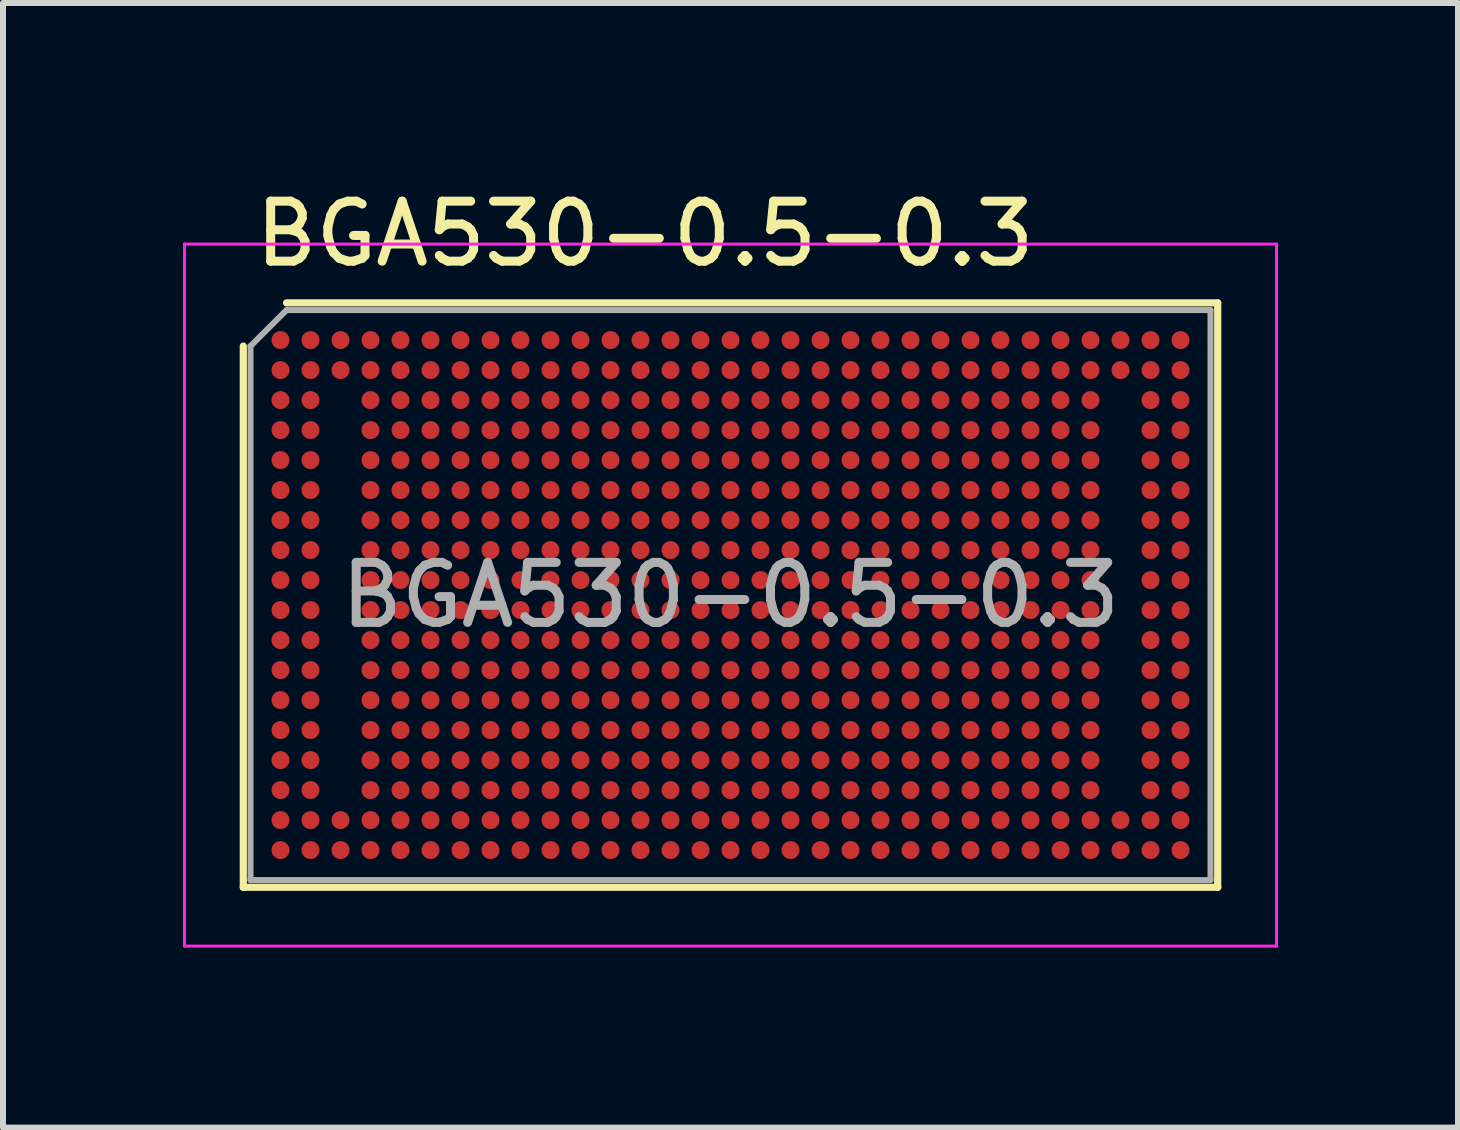
<source format=kicad_pcb>
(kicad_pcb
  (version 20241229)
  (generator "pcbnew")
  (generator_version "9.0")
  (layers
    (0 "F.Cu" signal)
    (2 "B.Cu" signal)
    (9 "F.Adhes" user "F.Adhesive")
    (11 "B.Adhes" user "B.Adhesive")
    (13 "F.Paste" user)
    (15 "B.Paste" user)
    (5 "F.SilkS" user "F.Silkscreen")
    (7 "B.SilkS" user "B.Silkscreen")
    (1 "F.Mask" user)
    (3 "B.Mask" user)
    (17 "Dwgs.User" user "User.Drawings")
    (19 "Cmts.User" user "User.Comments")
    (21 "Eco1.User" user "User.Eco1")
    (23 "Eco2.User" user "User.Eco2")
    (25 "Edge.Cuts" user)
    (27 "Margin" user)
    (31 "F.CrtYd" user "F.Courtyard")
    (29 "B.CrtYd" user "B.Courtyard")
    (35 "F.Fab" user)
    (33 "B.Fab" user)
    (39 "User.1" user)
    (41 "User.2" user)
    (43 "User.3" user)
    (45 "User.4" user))
  (footprint "BGA530-0.5-0.3"
    (layer "F.Cu")
    (at 9.125 6.868)
    (property "Reference" "BGA530-0.5-0.3" (at -8 -6.02 0) (layer "F.SilkS") (effects (font (size 1 1) (thickness 0.15)) (justify left)))
    (attr smd)
    (fp_line (start -8.12 -4.15) (end -8.12 4.87) (stroke (width 0.12) (type solid)) (layer "F.SilkS"))
    (fp_line (start -7.4 -4.87) (end 8.12 -4.87) (stroke (width 0.12) (type solid)) (layer "F.SilkS"))
    (fp_line (start 8.12 4.87) (end -8.12 4.87) (stroke (width 0.12) (type solid)) (layer "F.SilkS"))
    (fp_line (start 8.12 4.87) (end 8.12 -4.87) (stroke (width 0.12) (type solid)) (layer "F.SilkS"))
    (fp_line (start -9.1 -5.85) (end -9.1 5.85) (stroke (width 0.05) (type solid)) (layer "F.CrtYd"))
    (fp_line (start -9.1 -5.85) (end 9.1 -5.85) (stroke (width 0.05) (type solid)) (layer "F.CrtYd"))
    (fp_line (start 9.1 5.85) (end -9.1 5.85) (stroke (width 0.05) (type solid)) (layer "F.CrtYd"))
    (fp_line (start 9.1 5.85) (end 9.1 -5.85) (stroke (width 0.05) (type solid)) (layer "F.CrtYd"))
    (fp_line (start -8 -4.15) (end -8 4.75) (stroke (width 0.1) (type solid)) (layer "F.Fab"))
    (fp_line (start -7.4 -4.75) (end -8 -4.15) (stroke (width 0.1) (type solid)) (layer "F.Fab"))
    (fp_line (start -7.4 -4.75) (end 8 -4.75) (stroke (width 0.1) (type solid)) (layer "F.Fab"))
    (fp_line (start 8 4.75) (end -8 4.75) (stroke (width 0.1) (type solid)) (layer "F.Fab"))
    (fp_line (start 8 4.75) (end 8 -4.75) (stroke (width 0.1) (type solid)) (layer "F.Fab"))
    (fp_text user "${REFERENCE}" (at 0 0 0) (layer "F.Fab") (effects (font (size 1 1) (thickness 0.15))))
    (pad "A1" smd circle (at -7.5 -4.25) (size 0.3 0.3) (layers "F.Cu" "F.Mask" "F.Paste"))
    (pad "A2" smd circle (at -7 -4.25) (size 0.3 0.3) (layers "F.Cu" "F.Mask" "F.Paste"))
    (pad "A3" smd circle (at -6.5 -4.25) (size 0.3 0.3) (layers "F.Cu" "F.Mask" "F.Paste"))
    (pad "A4" smd circle (at -6 -4.25) (size 0.3 0.3) (layers "F.Cu" "F.Mask" "F.Paste"))
    (pad "A5" smd circle (at -5.5 -4.25) (size 0.3 0.3) (layers "F.Cu" "F.Mask" "F.Paste"))
    (pad "A6" smd circle (at -5 -4.25) (size 0.3 0.3) (layers "F.Cu" "F.Mask" "F.Paste"))
    (pad "A7" smd circle (at -4.5 -4.25) (size 0.3 0.3) (layers "F.Cu" "F.Mask" "F.Paste"))
    (pad "A8" smd circle (at -4 -4.25) (size 0.3 0.3) (layers "F.Cu" "F.Mask" "F.Paste"))
    (pad "A9" smd circle (at -3.5 -4.25) (size 0.3 0.3) (layers "F.Cu" "F.Mask" "F.Paste"))
    (pad "A10" smd circle (at -3 -4.25) (size 0.3 0.3) (layers "F.Cu" "F.Mask" "F.Paste"))
    (pad "A11" smd circle (at -2.5 -4.25) (size 0.3 0.3) (layers "F.Cu" "F.Mask" "F.Paste"))
    (pad "A12" smd circle (at -2 -4.25) (size 0.3 0.3) (layers "F.Cu" "F.Mask" "F.Paste"))
    (pad "A13" smd circle (at -1.5 -4.25) (size 0.3 0.3) (layers "F.Cu" "F.Mask" "F.Paste"))
    (pad "A14" smd circle (at -1 -4.25) (size 0.3 0.3) (layers "F.Cu" "F.Mask" "F.Paste"))
    (pad "A15" smd circle (at -0.5 -4.25) (size 0.3 0.3) (layers "F.Cu" "F.Mask" "F.Paste"))
    (pad "A16" smd circle (at 0 -4.25) (size 0.3 0.3) (layers "F.Cu" "F.Mask" "F.Paste"))
    (pad "A17" smd circle (at 0.5 -4.25) (size 0.3 0.3) (layers "F.Cu" "F.Mask" "F.Paste"))
    (pad "A18" smd circle (at 1 -4.25) (size 0.3 0.3) (layers "F.Cu" "F.Mask" "F.Paste"))
    (pad "A19" smd circle (at 1.5 -4.25) (size 0.3 0.3) (layers "F.Cu" "F.Mask" "F.Paste"))
    (pad "A20" smd circle (at 2 -4.25) (size 0.3 0.3) (layers "F.Cu" "F.Mask" "F.Paste"))
    (pad "A21" smd circle (at 2.5 -4.25) (size 0.3 0.3) (layers "F.Cu" "F.Mask" "F.Paste"))
    (pad "A22" smd circle (at 3 -4.25) (size 0.3 0.3) (layers "F.Cu" "F.Mask" "F.Paste"))
    (pad "A23" smd circle (at 3.5 -4.25) (size 0.3 0.3) (layers "F.Cu" "F.Mask" "F.Paste"))
    (pad "A24" smd circle (at 4 -4.25) (size 0.3 0.3) (layers "F.Cu" "F.Mask" "F.Paste"))
    (pad "A25" smd circle (at 4.5 -4.25) (size 0.3 0.3) (layers "F.Cu" "F.Mask" "F.Paste"))
    (pad "A26" smd circle (at 5 -4.25) (size 0.3 0.3) (layers "F.Cu" "F.Mask" "F.Paste"))
    (pad "A27" smd circle (at 5.5 -4.25) (size 0.3 0.3) (layers "F.Cu" "F.Mask" "F.Paste"))
    (pad "A28" smd circle (at 6 -4.25) (size 0.3 0.3) (layers "F.Cu" "F.Mask" "F.Paste"))
    (pad "A29" smd circle (at 6.5 -4.25) (size 0.3 0.3) (layers "F.Cu" "F.Mask" "F.Paste"))
    (pad "A30" smd circle (at 7 -4.25) (size 0.3 0.3) (layers "F.Cu" "F.Mask" "F.Paste"))
    (pad "A31" smd circle (at 7.5 -4.25) (size 0.3 0.3) (layers "F.Cu" "F.Mask" "F.Paste"))
    (pad "B1" smd circle (at -7.5 -3.75) (size 0.3 0.3) (layers "F.Cu" "F.Mask" "F.Paste"))
    (pad "B2" smd circle (at -7 -3.75) (size 0.3 0.3) (layers "F.Cu" "F.Mask" "F.Paste"))
    (pad "B3" smd circle (at -6.5 -3.75) (size 0.3 0.3) (layers "F.Cu" "F.Mask" "F.Paste"))
    (pad "B4" smd circle (at -6 -3.75) (size 0.3 0.3) (layers "F.Cu" "F.Mask" "F.Paste"))
    (pad "B5" smd circle (at -5.5 -3.75) (size 0.3 0.3) (layers "F.Cu" "F.Mask" "F.Paste"))
    (pad "B6" smd circle (at -5 -3.75) (size 0.3 0.3) (layers "F.Cu" "F.Mask" "F.Paste"))
    (pad "B7" smd circle (at -4.5 -3.75) (size 0.3 0.3) (layers "F.Cu" "F.Mask" "F.Paste"))
    (pad "B8" smd circle (at -4 -3.75) (size 0.3 0.3) (layers "F.Cu" "F.Mask" "F.Paste"))
    (pad "B9" smd circle (at -3.5 -3.75) (size 0.3 0.3) (layers "F.Cu" "F.Mask" "F.Paste"))
    (pad "B10" smd circle (at -3 -3.75) (size 0.3 0.3) (layers "F.Cu" "F.Mask" "F.Paste"))
    (pad "B11" smd circle (at -2.5 -3.75) (size 0.3 0.3) (layers "F.Cu" "F.Mask" "F.Paste"))
    (pad "B12" smd circle (at -2 -3.75) (size 0.3 0.3) (layers "F.Cu" "F.Mask" "F.Paste"))
    (pad "B13" smd circle (at -1.5 -3.75) (size 0.3 0.3) (layers "F.Cu" "F.Mask" "F.Paste"))
    (pad "B14" smd circle (at -1 -3.75) (size 0.3 0.3) (layers "F.Cu" "F.Mask" "F.Paste"))
    (pad "B15" smd circle (at -0.5 -3.75) (size 0.3 0.3) (layers "F.Cu" "F.Mask" "F.Paste"))
    (pad "B16" smd circle (at 0 -3.75) (size 0.3 0.3) (layers "F.Cu" "F.Mask" "F.Paste"))
    (pad "B17" smd circle (at 0.5 -3.75) (size 0.3 0.3) (layers "F.Cu" "F.Mask" "F.Paste"))
    (pad "B18" smd circle (at 1 -3.75) (size 0.3 0.3) (layers "F.Cu" "F.Mask" "F.Paste"))
    (pad "B19" smd circle (at 1.5 -3.75) (size 0.3 0.3) (layers "F.Cu" "F.Mask" "F.Paste"))
    (pad "B20" smd circle (at 2 -3.75) (size 0.3 0.3) (layers "F.Cu" "F.Mask" "F.Paste"))
    (pad "B21" smd circle (at 2.5 -3.75) (size 0.3 0.3) (layers "F.Cu" "F.Mask" "F.Paste"))
    (pad "B22" smd circle (at 3 -3.75) (size 0.3 0.3) (layers "F.Cu" "F.Mask" "F.Paste"))
    (pad "B23" smd circle (at 3.5 -3.75) (size 0.3 0.3) (layers "F.Cu" "F.Mask" "F.Paste"))
    (pad "B24" smd circle (at 4 -3.75) (size 0.3 0.3) (layers "F.Cu" "F.Mask" "F.Paste"))
    (pad "B25" smd circle (at 4.5 -3.75) (size 0.3 0.3) (layers "F.Cu" "F.Mask" "F.Paste"))
    (pad "B26" smd circle (at 5 -3.75) (size 0.3 0.3) (layers "F.Cu" "F.Mask" "F.Paste"))
    (pad "B27" smd circle (at 5.5 -3.75) (size 0.3 0.3) (layers "F.Cu" "F.Mask" "F.Paste"))
    (pad "B28" smd circle (at 6 -3.75) (size 0.3 0.3) (layers "F.Cu" "F.Mask" "F.Paste"))
    (pad "B29" smd circle (at 6.5 -3.75) (size 0.3 0.3) (layers "F.Cu" "F.Mask" "F.Paste"))
    (pad "B30" smd circle (at 7 -3.75) (size 0.3 0.3) (layers "F.Cu" "F.Mask" "F.Paste"))
    (pad "B31" smd circle (at 7.5 -3.75) (size 0.3 0.3) (layers "F.Cu" "F.Mask" "F.Paste"))
    (pad "C1" smd circle (at -7.5 -3.25) (size 0.3 0.3) (layers "F.Cu" "F.Mask" "F.Paste"))
    (pad "C2" smd circle (at -7 -3.25) (size 0.3 0.3) (layers "F.Cu" "F.Mask" "F.Paste"))
    (pad "C4" smd circle (at -6 -3.25) (size 0.3 0.3) (layers "F.Cu" "F.Mask" "F.Paste"))
    (pad "C5" smd circle (at -5.5 -3.25) (size 0.3 0.3) (layers "F.Cu" "F.Mask" "F.Paste"))
    (pad "C6" smd circle (at -5 -3.25) (size 0.3 0.3) (layers "F.Cu" "F.Mask" "F.Paste"))
    (pad "C7" smd circle (at -4.5 -3.25) (size 0.3 0.3) (layers "F.Cu" "F.Mask" "F.Paste"))
    (pad "C8" smd circle (at -4 -3.25) (size 0.3 0.3) (layers "F.Cu" "F.Mask" "F.Paste"))
    (pad "C9" smd circle (at -3.5 -3.25) (size 0.3 0.3) (layers "F.Cu" "F.Mask" "F.Paste"))
    (pad "C10" smd circle (at -3 -3.25) (size 0.3 0.3) (layers "F.Cu" "F.Mask" "F.Paste"))
    (pad "C11" smd circle (at -2.5 -3.25) (size 0.3 0.3) (layers "F.Cu" "F.Mask" "F.Paste"))
    (pad "C12" smd circle (at -2 -3.25) (size 0.3 0.3) (layers "F.Cu" "F.Mask" "F.Paste"))
    (pad "C13" smd circle (at -1.5 -3.25) (size 0.3 0.3) (layers "F.Cu" "F.Mask" "F.Paste"))
    (pad "C14" smd circle (at -1 -3.25) (size 0.3 0.3) (layers "F.Cu" "F.Mask" "F.Paste"))
    (pad "C15" smd circle (at -0.5 -3.25) (size 0.3 0.3) (layers "F.Cu" "F.Mask" "F.Paste"))
    (pad "C16" smd circle (at 0 -3.25) (size 0.3 0.3) (layers "F.Cu" "F.Mask" "F.Paste"))
    (pad "C17" smd circle (at 0.5 -3.25) (size 0.3 0.3) (layers "F.Cu" "F.Mask" "F.Paste"))
    (pad "C18" smd circle (at 1 -3.25) (size 0.3 0.3) (layers "F.Cu" "F.Mask" "F.Paste"))
    (pad "C19" smd circle (at 1.5 -3.25) (size 0.3 0.3) (layers "F.Cu" "F.Mask" "F.Paste"))
    (pad "C20" smd circle (at 2 -3.25) (size 0.3 0.3) (layers "F.Cu" "F.Mask" "F.Paste"))
    (pad "C21" smd circle (at 2.5 -3.25) (size 0.3 0.3) (layers "F.Cu" "F.Mask" "F.Paste"))
    (pad "C22" smd circle (at 3 -3.25) (size 0.3 0.3) (layers "F.Cu" "F.Mask" "F.Paste"))
    (pad "C23" smd circle (at 3.5 -3.25) (size 0.3 0.3) (layers "F.Cu" "F.Mask" "F.Paste"))
    (pad "C24" smd circle (at 4 -3.25) (size 0.3 0.3) (layers "F.Cu" "F.Mask" "F.Paste"))
    (pad "C25" smd circle (at 4.5 -3.25) (size 0.3 0.3) (layers "F.Cu" "F.Mask" "F.Paste"))
    (pad "C26" smd circle (at 5 -3.25) (size 0.3 0.3) (layers "F.Cu" "F.Mask" "F.Paste"))
    (pad "C27" smd circle (at 5.5 -3.25) (size 0.3 0.3) (layers "F.Cu" "F.Mask" "F.Paste"))
    (pad "C28" smd circle (at 6 -3.25) (size 0.3 0.3) (layers "F.Cu" "F.Mask" "F.Paste"))
    (pad "C30" smd circle (at 7 -3.25) (size 0.3 0.3) (layers "F.Cu" "F.Mask" "F.Paste"))
    (pad "C31" smd circle (at 7.5 -3.25) (size 0.3 0.3) (layers "F.Cu" "F.Mask" "F.Paste"))
    (pad "D1" smd circle (at -7.5 -2.75) (size 0.3 0.3) (layers "F.Cu" "F.Mask" "F.Paste"))
    (pad "D2" smd circle (at -7 -2.75) (size 0.3 0.3) (layers "F.Cu" "F.Mask" "F.Paste"))
    (pad "D4" smd circle (at -6 -2.75) (size 0.3 0.3) (layers "F.Cu" "F.Mask" "F.Paste"))
    (pad "D5" smd circle (at -5.5 -2.75) (size 0.3 0.3) (layers "F.Cu" "F.Mask" "F.Paste"))
    (pad "D6" smd circle (at -5 -2.75) (size 0.3 0.3) (layers "F.Cu" "F.Mask" "F.Paste"))
    (pad "D7" smd circle (at -4.5 -2.75) (size 0.3 0.3) (layers "F.Cu" "F.Mask" "F.Paste"))
    (pad "D8" smd circle (at -4 -2.75) (size 0.3 0.3) (layers "F.Cu" "F.Mask" "F.Paste"))
    (pad "D9" smd circle (at -3.5 -2.75) (size 0.3 0.3) (layers "F.Cu" "F.Mask" "F.Paste"))
    (pad "D10" smd circle (at -3 -2.75) (size 0.3 0.3) (layers "F.Cu" "F.Mask" "F.Paste"))
    (pad "D11" smd circle (at -2.5 -2.75) (size 0.3 0.3) (layers "F.Cu" "F.Mask" "F.Paste"))
    (pad "D12" smd circle (at -2 -2.75) (size 0.3 0.3) (layers "F.Cu" "F.Mask" "F.Paste"))
    (pad "D13" smd circle (at -1.5 -2.75) (size 0.3 0.3) (layers "F.Cu" "F.Mask" "F.Paste"))
    (pad "D14" smd circle (at -1 -2.75) (size 0.3 0.3) (layers "F.Cu" "F.Mask" "F.Paste"))
    (pad "D15" smd circle (at -0.5 -2.75) (size 0.3 0.3) (layers "F.Cu" "F.Mask" "F.Paste"))
    (pad "D16" smd circle (at 0 -2.75) (size 0.3 0.3) (layers "F.Cu" "F.Mask" "F.Paste"))
    (pad "D17" smd circle (at 0.5 -2.75) (size 0.3 0.3) (layers "F.Cu" "F.Mask" "F.Paste"))
    (pad "D18" smd circle (at 1 -2.75) (size 0.3 0.3) (layers "F.Cu" "F.Mask" "F.Paste"))
    (pad "D19" smd circle (at 1.5 -2.75) (size 0.3 0.3) (layers "F.Cu" "F.Mask" "F.Paste"))
    (pad "D20" smd circle (at 2 -2.75) (size 0.3 0.3) (layers "F.Cu" "F.Mask" "F.Paste"))
    (pad "D21" smd circle (at 2.5 -2.75) (size 0.3 0.3) (layers "F.Cu" "F.Mask" "F.Paste"))
    (pad "D22" smd circle (at 3 -2.75) (size 0.3 0.3) (layers "F.Cu" "F.Mask" "F.Paste"))
    (pad "D23" smd circle (at 3.5 -2.75) (size 0.3 0.3) (layers "F.Cu" "F.Mask" "F.Paste"))
    (pad "D24" smd circle (at 4 -2.75) (size 0.3 0.3) (layers "F.Cu" "F.Mask" "F.Paste"))
    (pad "D25" smd circle (at 4.5 -2.75) (size 0.3 0.3) (layers "F.Cu" "F.Mask" "F.Paste"))
    (pad "D26" smd circle (at 5 -2.75) (size 0.3 0.3) (layers "F.Cu" "F.Mask" "F.Paste"))
    (pad "D27" smd circle (at 5.5 -2.75) (size 0.3 0.3) (layers "F.Cu" "F.Mask" "F.Paste"))
    (pad "D28" smd circle (at 6 -2.75) (size 0.3 0.3) (layers "F.Cu" "F.Mask" "F.Paste"))
    (pad "D30" smd circle (at 7 -2.75) (size 0.3 0.3) (layers "F.Cu" "F.Mask" "F.Paste"))
    (pad "D31" smd circle (at 7.5 -2.75) (size 0.3 0.3) (layers "F.Cu" "F.Mask" "F.Paste"))
    (pad "E1" smd circle (at -7.5 -2.25) (size 0.3 0.3) (layers "F.Cu" "F.Mask" "F.Paste"))
    (pad "E2" smd circle (at -7 -2.25) (size 0.3 0.3) (layers "F.Cu" "F.Mask" "F.Paste"))
    (pad "E4" smd circle (at -6 -2.25) (size 0.3 0.3) (layers "F.Cu" "F.Mask" "F.Paste"))
    (pad "E5" smd circle (at -5.5 -2.25) (size 0.3 0.3) (layers "F.Cu" "F.Mask" "F.Paste"))
    (pad "E6" smd circle (at -5 -2.25) (size 0.3 0.3) (layers "F.Cu" "F.Mask" "F.Paste"))
    (pad "E7" smd circle (at -4.5 -2.25) (size 0.3 0.3) (layers "F.Cu" "F.Mask" "F.Paste"))
    (pad "E8" smd circle (at -4 -2.25) (size 0.3 0.3) (layers "F.Cu" "F.Mask" "F.Paste"))
    (pad "E9" smd circle (at -3.5 -2.25) (size 0.3 0.3) (layers "F.Cu" "F.Mask" "F.Paste"))
    (pad "E10" smd circle (at -3 -2.25) (size 0.3 0.3) (layers "F.Cu" "F.Mask" "F.Paste"))
    (pad "E11" smd circle (at -2.5 -2.25) (size 0.3 0.3) (layers "F.Cu" "F.Mask" "F.Paste"))
    (pad "E12" smd circle (at -2 -2.25) (size 0.3 0.3) (layers "F.Cu" "F.Mask" "F.Paste"))
    (pad "E13" smd circle (at -1.5 -2.25) (size 0.3 0.3) (layers "F.Cu" "F.Mask" "F.Paste"))
    (pad "E14" smd circle (at -1 -2.25) (size 0.3 0.3) (layers "F.Cu" "F.Mask" "F.Paste"))
    (pad "E15" smd circle (at -0.5 -2.25) (size 0.3 0.3) (layers "F.Cu" "F.Mask" "F.Paste"))
    (pad "E16" smd circle (at 0 -2.25) (size 0.3 0.3) (layers "F.Cu" "F.Mask" "F.Paste"))
    (pad "E17" smd circle (at 0.5 -2.25) (size 0.3 0.3) (layers "F.Cu" "F.Mask" "F.Paste"))
    (pad "E18" smd circle (at 1 -2.25) (size 0.3 0.3) (layers "F.Cu" "F.Mask" "F.Paste"))
    (pad "E19" smd circle (at 1.5 -2.25) (size 0.3 0.3) (layers "F.Cu" "F.Mask" "F.Paste"))
    (pad "E20" smd circle (at 2 -2.25) (size 0.3 0.3) (layers "F.Cu" "F.Mask" "F.Paste"))
    (pad "E21" smd circle (at 2.5 -2.25) (size 0.3 0.3) (layers "F.Cu" "F.Mask" "F.Paste"))
    (pad "E22" smd circle (at 3 -2.25) (size 0.3 0.3) (layers "F.Cu" "F.Mask" "F.Paste"))
    (pad "E23" smd circle (at 3.5 -2.25) (size 0.3 0.3) (layers "F.Cu" "F.Mask" "F.Paste"))
    (pad "E24" smd circle (at 4 -2.25) (size 0.3 0.3) (layers "F.Cu" "F.Mask" "F.Paste"))
    (pad "E25" smd circle (at 4.5 -2.25) (size 0.3 0.3) (layers "F.Cu" "F.Mask" "F.Paste"))
    (pad "E26" smd circle (at 5 -2.25) (size 0.3 0.3) (layers "F.Cu" "F.Mask" "F.Paste"))
    (pad "E27" smd circle (at 5.5 -2.25) (size 0.3 0.3) (layers "F.Cu" "F.Mask" "F.Paste"))
    (pad "E28" smd circle (at 6 -2.25) (size 0.3 0.3) (layers "F.Cu" "F.Mask" "F.Paste"))
    (pad "E30" smd circle (at 7 -2.25) (size 0.3 0.3) (layers "F.Cu" "F.Mask" "F.Paste"))
    (pad "E31" smd circle (at 7.5 -2.25) (size 0.3 0.3) (layers "F.Cu" "F.Mask" "F.Paste"))
    (pad "F1" smd circle (at -7.5 -1.75) (size 0.3 0.3) (layers "F.Cu" "F.Mask" "F.Paste"))
    (pad "F2" smd circle (at -7 -1.75) (size 0.3 0.3) (layers "F.Cu" "F.Mask" "F.Paste"))
    (pad "F4" smd circle (at -6 -1.75) (size 0.3 0.3) (layers "F.Cu" "F.Mask" "F.Paste"))
    (pad "F5" smd circle (at -5.5 -1.75) (size 0.3 0.3) (layers "F.Cu" "F.Mask" "F.Paste"))
    (pad "F6" smd circle (at -5 -1.75) (size 0.3 0.3) (layers "F.Cu" "F.Mask" "F.Paste"))
    (pad "F7" smd circle (at -4.5 -1.75) (size 0.3 0.3) (layers "F.Cu" "F.Mask" "F.Paste"))
    (pad "F8" smd circle (at -4 -1.75) (size 0.3 0.3) (layers "F.Cu" "F.Mask" "F.Paste"))
    (pad "F9" smd circle (at -3.5 -1.75) (size 0.3 0.3) (layers "F.Cu" "F.Mask" "F.Paste"))
    (pad "F10" smd circle (at -3 -1.75) (size 0.3 0.3) (layers "F.Cu" "F.Mask" "F.Paste"))
    (pad "F11" smd circle (at -2.5 -1.75) (size 0.3 0.3) (layers "F.Cu" "F.Mask" "F.Paste"))
    (pad "F12" smd circle (at -2 -1.75) (size 0.3 0.3) (layers "F.Cu" "F.Mask" "F.Paste"))
    (pad "F13" smd circle (at -1.5 -1.75) (size 0.3 0.3) (layers "F.Cu" "F.Mask" "F.Paste"))
    (pad "F14" smd circle (at -1 -1.75) (size 0.3 0.3) (layers "F.Cu" "F.Mask" "F.Paste"))
    (pad "F15" smd circle (at -0.5 -1.75) (size 0.3 0.3) (layers "F.Cu" "F.Mask" "F.Paste"))
    (pad "F16" smd circle (at 0 -1.75) (size 0.3 0.3) (layers "F.Cu" "F.Mask" "F.Paste"))
    (pad "F17" smd circle (at 0.5 -1.75) (size 0.3 0.3) (layers "F.Cu" "F.Mask" "F.Paste"))
    (pad "F18" smd circle (at 1 -1.75) (size 0.3 0.3) (layers "F.Cu" "F.Mask" "F.Paste"))
    (pad "F19" smd circle (at 1.5 -1.75) (size 0.3 0.3) (layers "F.Cu" "F.Mask" "F.Paste"))
    (pad "F20" smd circle (at 2 -1.75) (size 0.3 0.3) (layers "F.Cu" "F.Mask" "F.Paste"))
    (pad "F21" smd circle (at 2.5 -1.75) (size 0.3 0.3) (layers "F.Cu" "F.Mask" "F.Paste"))
    (pad "F22" smd circle (at 3 -1.75) (size 0.3 0.3) (layers "F.Cu" "F.Mask" "F.Paste"))
    (pad "F23" smd circle (at 3.5 -1.75) (size 0.3 0.3) (layers "F.Cu" "F.Mask" "F.Paste"))
    (pad "F24" smd circle (at 4 -1.75) (size 0.3 0.3) (layers "F.Cu" "F.Mask" "F.Paste"))
    (pad "F25" smd circle (at 4.5 -1.75) (size 0.3 0.3) (layers "F.Cu" "F.Mask" "F.Paste"))
    (pad "F26" smd circle (at 5 -1.75) (size 0.3 0.3) (layers "F.Cu" "F.Mask" "F.Paste"))
    (pad "F27" smd circle (at 5.5 -1.75) (size 0.3 0.3) (layers "F.Cu" "F.Mask" "F.Paste"))
    (pad "F28" smd circle (at 6 -1.75) (size 0.3 0.3) (layers "F.Cu" "F.Mask" "F.Paste"))
    (pad "F30" smd circle (at 7 -1.75) (size 0.3 0.3) (layers "F.Cu" "F.Mask" "F.Paste"))
    (pad "F31" smd circle (at 7.5 -1.75) (size 0.3 0.3) (layers "F.Cu" "F.Mask" "F.Paste"))
    (pad "G1" smd circle (at -7.5 -1.25) (size 0.3 0.3) (layers "F.Cu" "F.Mask" "F.Paste"))
    (pad "G2" smd circle (at -7 -1.25) (size 0.3 0.3) (layers "F.Cu" "F.Mask" "F.Paste"))
    (pad "G4" smd circle (at -6 -1.25) (size 0.3 0.3) (layers "F.Cu" "F.Mask" "F.Paste"))
    (pad "G5" smd circle (at -5.5 -1.25) (size 0.3 0.3) (layers "F.Cu" "F.Mask" "F.Paste"))
    (pad "G6" smd circle (at -5 -1.25) (size 0.3 0.3) (layers "F.Cu" "F.Mask" "F.Paste"))
    (pad "G7" smd circle (at -4.5 -1.25) (size 0.3 0.3) (layers "F.Cu" "F.Mask" "F.Paste"))
    (pad "G8" smd circle (at -4 -1.25) (size 0.3 0.3) (layers "F.Cu" "F.Mask" "F.Paste"))
    (pad "G9" smd circle (at -3.5 -1.25) (size 0.3 0.3) (layers "F.Cu" "F.Mask" "F.Paste"))
    (pad "G10" smd circle (at -3 -1.25) (size 0.3 0.3) (layers "F.Cu" "F.Mask" "F.Paste"))
    (pad "G11" smd circle (at -2.5 -1.25) (size 0.3 0.3) (layers "F.Cu" "F.Mask" "F.Paste"))
    (pad "G12" smd circle (at -2 -1.25) (size 0.3 0.3) (layers "F.Cu" "F.Mask" "F.Paste"))
    (pad "G13" smd circle (at -1.5 -1.25) (size 0.3 0.3) (layers "F.Cu" "F.Mask" "F.Paste"))
    (pad "G14" smd circle (at -1 -1.25) (size 0.3 0.3) (layers "F.Cu" "F.Mask" "F.Paste"))
    (pad "G15" smd circle (at -0.5 -1.25) (size 0.3 0.3) (layers "F.Cu" "F.Mask" "F.Paste"))
    (pad "G16" smd circle (at 0 -1.25) (size 0.3 0.3) (layers "F.Cu" "F.Mask" "F.Paste"))
    (pad "G17" smd circle (at 0.5 -1.25) (size 0.3 0.3) (layers "F.Cu" "F.Mask" "F.Paste"))
    (pad "G18" smd circle (at 1 -1.25) (size 0.3 0.3) (layers "F.Cu" "F.Mask" "F.Paste"))
    (pad "G19" smd circle (at 1.5 -1.25) (size 0.3 0.3) (layers "F.Cu" "F.Mask" "F.Paste"))
    (pad "G20" smd circle (at 2 -1.25) (size 0.3 0.3) (layers "F.Cu" "F.Mask" "F.Paste"))
    (pad "G21" smd circle (at 2.5 -1.25) (size 0.3 0.3) (layers "F.Cu" "F.Mask" "F.Paste"))
    (pad "G22" smd circle (at 3 -1.25) (size 0.3 0.3) (layers "F.Cu" "F.Mask" "F.Paste"))
    (pad "G23" smd circle (at 3.5 -1.25) (size 0.3 0.3) (layers "F.Cu" "F.Mask" "F.Paste"))
    (pad "G24" smd circle (at 4 -1.25) (size 0.3 0.3) (layers "F.Cu" "F.Mask" "F.Paste"))
    (pad "G25" smd circle (at 4.5 -1.25) (size 0.3 0.3) (layers "F.Cu" "F.Mask" "F.Paste"))
    (pad "G26" smd circle (at 5 -1.25) (size 0.3 0.3) (layers "F.Cu" "F.Mask" "F.Paste"))
    (pad "G27" smd circle (at 5.5 -1.25) (size 0.3 0.3) (layers "F.Cu" "F.Mask" "F.Paste"))
    (pad "G28" smd circle (at 6 -1.25) (size 0.3 0.3) (layers "F.Cu" "F.Mask" "F.Paste"))
    (pad "G30" smd circle (at 7 -1.25) (size 0.3 0.3) (layers "F.Cu" "F.Mask" "F.Paste"))
    (pad "G31" smd circle (at 7.5 -1.25) (size 0.3 0.3) (layers "F.Cu" "F.Mask" "F.Paste"))
    (pad "H1" smd circle (at -7.5 -0.75) (size 0.3 0.3) (layers "F.Cu" "F.Mask" "F.Paste"))
    (pad "H2" smd circle (at -7 -0.75) (size 0.3 0.3) (layers "F.Cu" "F.Mask" "F.Paste"))
    (pad "H4" smd circle (at -6 -0.75) (size 0.3 0.3) (layers "F.Cu" "F.Mask" "F.Paste"))
    (pad "H5" smd circle (at -5.5 -0.75) (size 0.3 0.3) (layers "F.Cu" "F.Mask" "F.Paste"))
    (pad "H6" smd circle (at -5 -0.75) (size 0.3 0.3) (layers "F.Cu" "F.Mask" "F.Paste"))
    (pad "H7" smd circle (at -4.5 -0.75) (size 0.3 0.3) (layers "F.Cu" "F.Mask" "F.Paste"))
    (pad "H8" smd circle (at -4 -0.75) (size 0.3 0.3) (layers "F.Cu" "F.Mask" "F.Paste"))
    (pad "H9" smd circle (at -3.5 -0.75) (size 0.3 0.3) (layers "F.Cu" "F.Mask" "F.Paste"))
    (pad "H10" smd circle (at -3 -0.75) (size 0.3 0.3) (layers "F.Cu" "F.Mask" "F.Paste"))
    (pad "H11" smd circle (at -2.5 -0.75) (size 0.3 0.3) (layers "F.Cu" "F.Mask" "F.Paste"))
    (pad "H12" smd circle (at -2 -0.75) (size 0.3 0.3) (layers "F.Cu" "F.Mask" "F.Paste"))
    (pad "H13" smd circle (at -1.5 -0.75) (size 0.3 0.3) (layers "F.Cu" "F.Mask" "F.Paste"))
    (pad "H14" smd circle (at -1 -0.75) (size 0.3 0.3) (layers "F.Cu" "F.Mask" "F.Paste"))
    (pad "H15" smd circle (at -0.5 -0.75) (size 0.3 0.3) (layers "F.Cu" "F.Mask" "F.Paste"))
    (pad "H16" smd circle (at 0 -0.75) (size 0.3 0.3) (layers "F.Cu" "F.Mask" "F.Paste"))
    (pad "H17" smd circle (at 0.5 -0.75) (size 0.3 0.3) (layers "F.Cu" "F.Mask" "F.Paste"))
    (pad "H18" smd circle (at 1 -0.75) (size 0.3 0.3) (layers "F.Cu" "F.Mask" "F.Paste"))
    (pad "H19" smd circle (at 1.5 -0.75) (size 0.3 0.3) (layers "F.Cu" "F.Mask" "F.Paste"))
    (pad "H20" smd circle (at 2 -0.75) (size 0.3 0.3) (layers "F.Cu" "F.Mask" "F.Paste"))
    (pad "H21" smd circle (at 2.5 -0.75) (size 0.3 0.3) (layers "F.Cu" "F.Mask" "F.Paste"))
    (pad "H22" smd circle (at 3 -0.75) (size 0.3 0.3) (layers "F.Cu" "F.Mask" "F.Paste"))
    (pad "H23" smd circle (at 3.5 -0.75) (size 0.3 0.3) (layers "F.Cu" "F.Mask" "F.Paste"))
    (pad "H24" smd circle (at 4 -0.75) (size 0.3 0.3) (layers "F.Cu" "F.Mask" "F.Paste"))
    (pad "H25" smd circle (at 4.5 -0.75) (size 0.3 0.3) (layers "F.Cu" "F.Mask" "F.Paste"))
    (pad "H26" smd circle (at 5 -0.75) (size 0.3 0.3) (layers "F.Cu" "F.Mask" "F.Paste"))
    (pad "H27" smd circle (at 5.5 -0.75) (size 0.3 0.3) (layers "F.Cu" "F.Mask" "F.Paste"))
    (pad "H28" smd circle (at 6 -0.75) (size 0.3 0.3) (layers "F.Cu" "F.Mask" "F.Paste"))
    (pad "H30" smd circle (at 7 -0.75) (size 0.3 0.3) (layers "F.Cu" "F.Mask" "F.Paste"))
    (pad "H31" smd circle (at 7.5 -0.75) (size 0.3 0.3) (layers "F.Cu" "F.Mask" "F.Paste"))
    (pad "J1" smd circle (at -7.5 -0.25) (size 0.3 0.3) (layers "F.Cu" "F.Mask" "F.Paste"))
    (pad "J2" smd circle (at -7 -0.25) (size 0.3 0.3) (layers "F.Cu" "F.Mask" "F.Paste"))
    (pad "J4" smd circle (at -6 -0.25) (size 0.3 0.3) (layers "F.Cu" "F.Mask" "F.Paste"))
    (pad "J5" smd circle (at -5.5 -0.25) (size 0.3 0.3) (layers "F.Cu" "F.Mask" "F.Paste"))
    (pad "J6" smd circle (at -5 -0.25) (size 0.3 0.3) (layers "F.Cu" "F.Mask" "F.Paste"))
    (pad "J7" smd circle (at -4.5 -0.25) (size 0.3 0.3) (layers "F.Cu" "F.Mask" "F.Paste"))
    (pad "J8" smd circle (at -4 -0.25) (size 0.3 0.3) (layers "F.Cu" "F.Mask" "F.Paste"))
    (pad "J9" smd circle (at -3.5 -0.25) (size 0.3 0.3) (layers "F.Cu" "F.Mask" "F.Paste"))
    (pad "J10" smd circle (at -3 -0.25) (size 0.3 0.3) (layers "F.Cu" "F.Mask" "F.Paste"))
    (pad "J11" smd circle (at -2.5 -0.25) (size 0.3 0.3) (layers "F.Cu" "F.Mask" "F.Paste"))
    (pad "J12" smd circle (at -2 -0.25) (size 0.3 0.3) (layers "F.Cu" "F.Mask" "F.Paste"))
    (pad "J13" smd circle (at -1.5 -0.25) (size 0.3 0.3) (layers "F.Cu" "F.Mask" "F.Paste"))
    (pad "J14" smd circle (at -1 -0.25) (size 0.3 0.3) (layers "F.Cu" "F.Mask" "F.Paste"))
    (pad "J15" smd circle (at -0.5 -0.25) (size 0.3 0.3) (layers "F.Cu" "F.Mask" "F.Paste"))
    (pad "J16" smd circle (at 0 -0.25) (size 0.3 0.3) (layers "F.Cu" "F.Mask" "F.Paste"))
    (pad "J17" smd circle (at 0.5 -0.25) (size 0.3 0.3) (layers "F.Cu" "F.Mask" "F.Paste"))
    (pad "J18" smd circle (at 1 -0.25) (size 0.3 0.3) (layers "F.Cu" "F.Mask" "F.Paste"))
    (pad "J19" smd circle (at 1.5 -0.25) (size 0.3 0.3) (layers "F.Cu" "F.Mask" "F.Paste"))
    (pad "J20" smd circle (at 2 -0.25) (size 0.3 0.3) (layers "F.Cu" "F.Mask" "F.Paste"))
    (pad "J21" smd circle (at 2.5 -0.25) (size 0.3 0.3) (layers "F.Cu" "F.Mask" "F.Paste"))
    (pad "J22" smd circle (at 3 -0.25) (size 0.3 0.3) (layers "F.Cu" "F.Mask" "F.Paste"))
    (pad "J23" smd circle (at 3.5 -0.25) (size 0.3 0.3) (layers "F.Cu" "F.Mask" "F.Paste"))
    (pad "J24" smd circle (at 4 -0.25) (size 0.3 0.3) (layers "F.Cu" "F.Mask" "F.Paste"))
    (pad "J25" smd circle (at 4.5 -0.25) (size 0.3 0.3) (layers "F.Cu" "F.Mask" "F.Paste"))
    (pad "J26" smd circle (at 5 -0.25) (size 0.3 0.3) (layers "F.Cu" "F.Mask" "F.Paste"))
    (pad "J27" smd circle (at 5.5 -0.25) (size 0.3 0.3) (layers "F.Cu" "F.Mask" "F.Paste"))
    (pad "J28" smd circle (at 6 -0.25) (size 0.3 0.3) (layers "F.Cu" "F.Mask" "F.Paste"))
    (pad "J30" smd circle (at 7 -0.25) (size 0.3 0.3) (layers "F.Cu" "F.Mask" "F.Paste"))
    (pad "J31" smd circle (at 7.5 -0.25) (size 0.3 0.3) (layers "F.Cu" "F.Mask" "F.Paste"))
    (pad "K1" smd circle (at -7.5 0.25) (size 0.3 0.3) (layers "F.Cu" "F.Mask" "F.Paste"))
    (pad "K2" smd circle (at -7 0.25) (size 0.3 0.3) (layers "F.Cu" "F.Mask" "F.Paste"))
    (pad "K4" smd circle (at -6 0.25) (size 0.3 0.3) (layers "F.Cu" "F.Mask" "F.Paste"))
    (pad "K5" smd circle (at -5.5 0.25) (size 0.3 0.3) (layers "F.Cu" "F.Mask" "F.Paste"))
    (pad "K6" smd circle (at -5 0.25) (size 0.3 0.3) (layers "F.Cu" "F.Mask" "F.Paste"))
    (pad "K7" smd circle (at -4.5 0.25) (size 0.3 0.3) (layers "F.Cu" "F.Mask" "F.Paste"))
    (pad "K8" smd circle (at -4 0.25) (size 0.3 0.3) (layers "F.Cu" "F.Mask" "F.Paste"))
    (pad "K9" smd circle (at -3.5 0.25) (size 0.3 0.3) (layers "F.Cu" "F.Mask" "F.Paste"))
    (pad "K10" smd circle (at -3 0.25) (size 0.3 0.3) (layers "F.Cu" "F.Mask" "F.Paste"))
    (pad "K11" smd circle (at -2.5 0.25) (size 0.3 0.3) (layers "F.Cu" "F.Mask" "F.Paste"))
    (pad "K12" smd circle (at -2 0.25) (size 0.3 0.3) (layers "F.Cu" "F.Mask" "F.Paste"))
    (pad "K13" smd circle (at -1.5 0.25) (size 0.3 0.3) (layers "F.Cu" "F.Mask" "F.Paste"))
    (pad "K14" smd circle (at -1 0.25) (size 0.3 0.3) (layers "F.Cu" "F.Mask" "F.Paste"))
    (pad "K15" smd circle (at -0.5 0.25) (size 0.3 0.3) (layers "F.Cu" "F.Mask" "F.Paste"))
    (pad "K16" smd circle (at 0 0.25) (size 0.3 0.3) (layers "F.Cu" "F.Mask" "F.Paste"))
    (pad "K17" smd circle (at 0.5 0.25) (size 0.3 0.3) (layers "F.Cu" "F.Mask" "F.Paste"))
    (pad "K18" smd circle (at 1 0.25) (size 0.3 0.3) (layers "F.Cu" "F.Mask" "F.Paste"))
    (pad "K19" smd circle (at 1.5 0.25) (size 0.3 0.3) (layers "F.Cu" "F.Mask" "F.Paste"))
    (pad "K20" smd circle (at 2 0.25) (size 0.3 0.3) (layers "F.Cu" "F.Mask" "F.Paste"))
    (pad "K21" smd circle (at 2.5 0.25) (size 0.3 0.3) (layers "F.Cu" "F.Mask" "F.Paste"))
    (pad "K22" smd circle (at 3 0.25) (size 0.3 0.3) (layers "F.Cu" "F.Mask" "F.Paste"))
    (pad "K23" smd circle (at 3.5 0.25) (size 0.3 0.3) (layers "F.Cu" "F.Mask" "F.Paste"))
    (pad "K24" smd circle (at 4 0.25) (size 0.3 0.3) (layers "F.Cu" "F.Mask" "F.Paste"))
    (pad "K25" smd circle (at 4.5 0.25) (size 0.3 0.3) (layers "F.Cu" "F.Mask" "F.Paste"))
    (pad "K26" smd circle (at 5 0.25) (size 0.3 0.3) (layers "F.Cu" "F.Mask" "F.Paste"))
    (pad "K27" smd circle (at 5.5 0.25) (size 0.3 0.3) (layers "F.Cu" "F.Mask" "F.Paste"))
    (pad "K28" smd circle (at 6 0.25) (size 0.3 0.3) (layers "F.Cu" "F.Mask" "F.Paste"))
    (pad "K30" smd circle (at 7 0.25) (size 0.3 0.3) (layers "F.Cu" "F.Mask" "F.Paste"))
    (pad "K31" smd circle (at 7.5 0.25) (size 0.3 0.3) (layers "F.Cu" "F.Mask" "F.Paste"))
    (pad "L1" smd circle (at -7.5 0.75) (size 0.3 0.3) (layers "F.Cu" "F.Mask" "F.Paste"))
    (pad "L2" smd circle (at -7 0.75) (size 0.3 0.3) (layers "F.Cu" "F.Mask" "F.Paste"))
    (pad "L4" smd circle (at -6 0.75) (size 0.3 0.3) (layers "F.Cu" "F.Mask" "F.Paste"))
    (pad "L5" smd circle (at -5.5 0.75) (size 0.3 0.3) (layers "F.Cu" "F.Mask" "F.Paste"))
    (pad "L6" smd circle (at -5 0.75) (size 0.3 0.3) (layers "F.Cu" "F.Mask" "F.Paste"))
    (pad "L7" smd circle (at -4.5 0.75) (size 0.3 0.3) (layers "F.Cu" "F.Mask" "F.Paste"))
    (pad "L8" smd circle (at -4 0.75) (size 0.3 0.3) (layers "F.Cu" "F.Mask" "F.Paste"))
    (pad "L9" smd circle (at -3.5 0.75) (size 0.3 0.3) (layers "F.Cu" "F.Mask" "F.Paste"))
    (pad "L10" smd circle (at -3 0.75) (size 0.3 0.3) (layers "F.Cu" "F.Mask" "F.Paste"))
    (pad "L11" smd circle (at -2.5 0.75) (size 0.3 0.3) (layers "F.Cu" "F.Mask" "F.Paste"))
    (pad "L12" smd circle (at -2 0.75) (size 0.3 0.3) (layers "F.Cu" "F.Mask" "F.Paste"))
    (pad "L13" smd circle (at -1.5 0.75) (size 0.3 0.3) (layers "F.Cu" "F.Mask" "F.Paste"))
    (pad "L14" smd circle (at -1 0.75) (size 0.3 0.3) (layers "F.Cu" "F.Mask" "F.Paste"))
    (pad "L15" smd circle (at -0.5 0.75) (size 0.3 0.3) (layers "F.Cu" "F.Mask" "F.Paste"))
    (pad "L16" smd circle (at 0 0.75) (size 0.3 0.3) (layers "F.Cu" "F.Mask" "F.Paste"))
    (pad "L17" smd circle (at 0.5 0.75) (size 0.3 0.3) (layers "F.Cu" "F.Mask" "F.Paste"))
    (pad "L18" smd circle (at 1 0.75) (size 0.3 0.3) (layers "F.Cu" "F.Mask" "F.Paste"))
    (pad "L19" smd circle (at 1.5 0.75) (size 0.3 0.3) (layers "F.Cu" "F.Mask" "F.Paste"))
    (pad "L20" smd circle (at 2 0.75) (size 0.3 0.3) (layers "F.Cu" "F.Mask" "F.Paste"))
    (pad "L21" smd circle (at 2.5 0.75) (size 0.3 0.3) (layers "F.Cu" "F.Mask" "F.Paste"))
    (pad "L22" smd circle (at 3 0.75) (size 0.3 0.3) (layers "F.Cu" "F.Mask" "F.Paste"))
    (pad "L23" smd circle (at 3.5 0.75) (size 0.3 0.3) (layers "F.Cu" "F.Mask" "F.Paste"))
    (pad "L24" smd circle (at 4 0.75) (size 0.3 0.3) (layers "F.Cu" "F.Mask" "F.Paste"))
    (pad "L25" smd circle (at 4.5 0.75) (size 0.3 0.3) (layers "F.Cu" "F.Mask" "F.Paste"))
    (pad "L26" smd circle (at 5 0.75) (size 0.3 0.3) (layers "F.Cu" "F.Mask" "F.Paste"))
    (pad "L27" smd circle (at 5.5 0.75) (size 0.3 0.3) (layers "F.Cu" "F.Mask" "F.Paste"))
    (pad "L28" smd circle (at 6 0.75) (size 0.3 0.3) (layers "F.Cu" "F.Mask" "F.Paste"))
    (pad "L30" smd circle (at 7 0.75) (size 0.3 0.3) (layers "F.Cu" "F.Mask" "F.Paste"))
    (pad "L31" smd circle (at 7.5 0.75) (size 0.3 0.3) (layers "F.Cu" "F.Mask" "F.Paste"))
    (pad "M1" smd circle (at -7.5 1.25) (size 0.3 0.3) (layers "F.Cu" "F.Mask" "F.Paste"))
    (pad "M2" smd circle (at -7 1.25) (size 0.3 0.3) (layers "F.Cu" "F.Mask" "F.Paste"))
    (pad "M4" smd circle (at -6 1.25) (size 0.3 0.3) (layers "F.Cu" "F.Mask" "F.Paste"))
    (pad "M5" smd circle (at -5.5 1.25) (size 0.3 0.3) (layers "F.Cu" "F.Mask" "F.Paste"))
    (pad "M6" smd circle (at -5 1.25) (size 0.3 0.3) (layers "F.Cu" "F.Mask" "F.Paste"))
    (pad "M7" smd circle (at -4.5 1.25) (size 0.3 0.3) (layers "F.Cu" "F.Mask" "F.Paste"))
    (pad "M8" smd circle (at -4 1.25) (size 0.3 0.3) (layers "F.Cu" "F.Mask" "F.Paste"))
    (pad "M9" smd circle (at -3.5 1.25) (size 0.3 0.3) (layers "F.Cu" "F.Mask" "F.Paste"))
    (pad "M10" smd circle (at -3 1.25) (size 0.3 0.3) (layers "F.Cu" "F.Mask" "F.Paste"))
    (pad "M11" smd circle (at -2.5 1.25) (size 0.3 0.3) (layers "F.Cu" "F.Mask" "F.Paste"))
    (pad "M12" smd circle (at -2 1.25) (size 0.3 0.3) (layers "F.Cu" "F.Mask" "F.Paste"))
    (pad "M13" smd circle (at -1.5 1.25) (size 0.3 0.3) (layers "F.Cu" "F.Mask" "F.Paste"))
    (pad "M14" smd circle (at -1 1.25) (size 0.3 0.3) (layers "F.Cu" "F.Mask" "F.Paste"))
    (pad "M15" smd circle (at -0.5 1.25) (size 0.3 0.3) (layers "F.Cu" "F.Mask" "F.Paste"))
    (pad "M16" smd circle (at 0 1.25) (size 0.3 0.3) (layers "F.Cu" "F.Mask" "F.Paste"))
    (pad "M17" smd circle (at 0.5 1.25) (size 0.3 0.3) (layers "F.Cu" "F.Mask" "F.Paste"))
    (pad "M18" smd circle (at 1 1.25) (size 0.3 0.3) (layers "F.Cu" "F.Mask" "F.Paste"))
    (pad "M19" smd circle (at 1.5 1.25) (size 0.3 0.3) (layers "F.Cu" "F.Mask" "F.Paste"))
    (pad "M20" smd circle (at 2 1.25) (size 0.3 0.3) (layers "F.Cu" "F.Mask" "F.Paste"))
    (pad "M21" smd circle (at 2.5 1.25) (size 0.3 0.3) (layers "F.Cu" "F.Mask" "F.Paste"))
    (pad "M22" smd circle (at 3 1.25) (size 0.3 0.3) (layers "F.Cu" "F.Mask" "F.Paste"))
    (pad "M23" smd circle (at 3.5 1.25) (size 0.3 0.3) (layers "F.Cu" "F.Mask" "F.Paste"))
    (pad "M24" smd circle (at 4 1.25) (size 0.3 0.3) (layers "F.Cu" "F.Mask" "F.Paste"))
    (pad "M25" smd circle (at 4.5 1.25) (size 0.3 0.3) (layers "F.Cu" "F.Mask" "F.Paste"))
    (pad "M26" smd circle (at 5 1.25) (size 0.3 0.3) (layers "F.Cu" "F.Mask" "F.Paste"))
    (pad "M27" smd circle (at 5.5 1.25) (size 0.3 0.3) (layers "F.Cu" "F.Mask" "F.Paste"))
    (pad "M28" smd circle (at 6 1.25) (size 0.3 0.3) (layers "F.Cu" "F.Mask" "F.Paste"))
    (pad "M30" smd circle (at 7 1.25) (size 0.3 0.3) (layers "F.Cu" "F.Mask" "F.Paste"))
    (pad "M31" smd circle (at 7.5 1.25) (size 0.3 0.3) (layers "F.Cu" "F.Mask" "F.Paste"))
    (pad "N1" smd circle (at -7.5 1.75) (size 0.3 0.3) (layers "F.Cu" "F.Mask" "F.Paste"))
    (pad "N2" smd circle (at -7 1.75) (size 0.3 0.3) (layers "F.Cu" "F.Mask" "F.Paste"))
    (pad "N4" smd circle (at -6 1.75) (size 0.3 0.3) (layers "F.Cu" "F.Mask" "F.Paste"))
    (pad "N5" smd circle (at -5.5 1.75) (size 0.3 0.3) (layers "F.Cu" "F.Mask" "F.Paste"))
    (pad "N6" smd circle (at -5 1.75) (size 0.3 0.3) (layers "F.Cu" "F.Mask" "F.Paste"))
    (pad "N7" smd circle (at -4.5 1.75) (size 0.3 0.3) (layers "F.Cu" "F.Mask" "F.Paste"))
    (pad "N8" smd circle (at -4 1.75) (size 0.3 0.3) (layers "F.Cu" "F.Mask" "F.Paste"))
    (pad "N9" smd circle (at -3.5 1.75) (size 0.3 0.3) (layers "F.Cu" "F.Mask" "F.Paste"))
    (pad "N10" smd circle (at -3 1.75) (size 0.3 0.3) (layers "F.Cu" "F.Mask" "F.Paste"))
    (pad "N11" smd circle (at -2.5 1.75) (size 0.3 0.3) (layers "F.Cu" "F.Mask" "F.Paste"))
    (pad "N12" smd circle (at -2 1.75) (size 0.3 0.3) (layers "F.Cu" "F.Mask" "F.Paste"))
    (pad "N13" smd circle (at -1.5 1.75) (size 0.3 0.3) (layers "F.Cu" "F.Mask" "F.Paste"))
    (pad "N14" smd circle (at -1 1.75) (size 0.3 0.3) (layers "F.Cu" "F.Mask" "F.Paste"))
    (pad "N15" smd circle (at -0.5 1.75) (size 0.3 0.3) (layers "F.Cu" "F.Mask" "F.Paste"))
    (pad "N16" smd circle (at 0 1.75) (size 0.3 0.3) (layers "F.Cu" "F.Mask" "F.Paste"))
    (pad "N17" smd circle (at 0.5 1.75) (size 0.3 0.3) (layers "F.Cu" "F.Mask" "F.Paste"))
    (pad "N18" smd circle (at 1 1.75) (size 0.3 0.3) (layers "F.Cu" "F.Mask" "F.Paste"))
    (pad "N19" smd circle (at 1.5 1.75) (size 0.3 0.3) (layers "F.Cu" "F.Mask" "F.Paste"))
    (pad "N20" smd circle (at 2 1.75) (size 0.3 0.3) (layers "F.Cu" "F.Mask" "F.Paste"))
    (pad "N21" smd circle (at 2.5 1.75) (size 0.3 0.3) (layers "F.Cu" "F.Mask" "F.Paste"))
    (pad "N22" smd circle (at 3 1.75) (size 0.3 0.3) (layers "F.Cu" "F.Mask" "F.Paste"))
    (pad "N23" smd circle (at 3.5 1.75) (size 0.3 0.3) (layers "F.Cu" "F.Mask" "F.Paste"))
    (pad "N24" smd circle (at 4 1.75) (size 0.3 0.3) (layers "F.Cu" "F.Mask" "F.Paste"))
    (pad "N25" smd circle (at 4.5 1.75) (size 0.3 0.3) (layers "F.Cu" "F.Mask" "F.Paste"))
    (pad "N26" smd circle (at 5 1.75) (size 0.3 0.3) (layers "F.Cu" "F.Mask" "F.Paste"))
    (pad "N27" smd circle (at 5.5 1.75) (size 0.3 0.3) (layers "F.Cu" "F.Mask" "F.Paste"))
    (pad "N28" smd circle (at 6 1.75) (size 0.3 0.3) (layers "F.Cu" "F.Mask" "F.Paste"))
    (pad "N30" smd circle (at 7 1.75) (size 0.3 0.3) (layers "F.Cu" "F.Mask" "F.Paste"))
    (pad "N31" smd circle (at 7.5 1.75) (size 0.3 0.3) (layers "F.Cu" "F.Mask" "F.Paste"))
    (pad "P1" smd circle (at -7.5 2.25) (size 0.3 0.3) (layers "F.Cu" "F.Mask" "F.Paste"))
    (pad "P2" smd circle (at -7 2.25) (size 0.3 0.3) (layers "F.Cu" "F.Mask" "F.Paste"))
    (pad "P4" smd circle (at -6 2.25) (size 0.3 0.3) (layers "F.Cu" "F.Mask" "F.Paste"))
    (pad "P5" smd circle (at -5.5 2.25) (size 0.3 0.3) (layers "F.Cu" "F.Mask" "F.Paste"))
    (pad "P6" smd circle (at -5 2.25) (size 0.3 0.3) (layers "F.Cu" "F.Mask" "F.Paste"))
    (pad "P7" smd circle (at -4.5 2.25) (size 0.3 0.3) (layers "F.Cu" "F.Mask" "F.Paste"))
    (pad "P8" smd circle (at -4 2.25) (size 0.3 0.3) (layers "F.Cu" "F.Mask" "F.Paste"))
    (pad "P9" smd circle (at -3.5 2.25) (size 0.3 0.3) (layers "F.Cu" "F.Mask" "F.Paste"))
    (pad "P10" smd circle (at -3 2.25) (size 0.3 0.3) (layers "F.Cu" "F.Mask" "F.Paste"))
    (pad "P11" smd circle (at -2.5 2.25) (size 0.3 0.3) (layers "F.Cu" "F.Mask" "F.Paste"))
    (pad "P12" smd circle (at -2 2.25) (size 0.3 0.3) (layers "F.Cu" "F.Mask" "F.Paste"))
    (pad "P13" smd circle (at -1.5 2.25) (size 0.3 0.3) (layers "F.Cu" "F.Mask" "F.Paste"))
    (pad "P14" smd circle (at -1 2.25) (size 0.3 0.3) (layers "F.Cu" "F.Mask" "F.Paste"))
    (pad "P15" smd circle (at -0.5 2.25) (size 0.3 0.3) (layers "F.Cu" "F.Mask" "F.Paste"))
    (pad "P16" smd circle (at 0 2.25) (size 0.3 0.3) (layers "F.Cu" "F.Mask" "F.Paste"))
    (pad "P17" smd circle (at 0.5 2.25) (size 0.3 0.3) (layers "F.Cu" "F.Mask" "F.Paste"))
    (pad "P18" smd circle (at 1 2.25) (size 0.3 0.3) (layers "F.Cu" "F.Mask" "F.Paste"))
    (pad "P19" smd circle (at 1.5 2.25) (size 0.3 0.3) (layers "F.Cu" "F.Mask" "F.Paste"))
    (pad "P20" smd circle (at 2 2.25) (size 0.3 0.3) (layers "F.Cu" "F.Mask" "F.Paste"))
    (pad "P21" smd circle (at 2.5 2.25) (size 0.3 0.3) (layers "F.Cu" "F.Mask" "F.Paste"))
    (pad "P22" smd circle (at 3 2.25) (size 0.3 0.3) (layers "F.Cu" "F.Mask" "F.Paste"))
    (pad "P23" smd circle (at 3.5 2.25) (size 0.3 0.3) (layers "F.Cu" "F.Mask" "F.Paste"))
    (pad "P24" smd circle (at 4 2.25) (size 0.3 0.3) (layers "F.Cu" "F.Mask" "F.Paste"))
    (pad "P25" smd circle (at 4.5 2.25) (size 0.3 0.3) (layers "F.Cu" "F.Mask" "F.Paste"))
    (pad "P26" smd circle (at 5 2.25) (size 0.3 0.3) (layers "F.Cu" "F.Mask" "F.Paste"))
    (pad "P27" smd circle (at 5.5 2.25) (size 0.3 0.3) (layers "F.Cu" "F.Mask" "F.Paste"))
    (pad "P28" smd circle (at 6 2.25) (size 0.3 0.3) (layers "F.Cu" "F.Mask" "F.Paste"))
    (pad "P30" smd circle (at 7 2.25) (size 0.3 0.3) (layers "F.Cu" "F.Mask" "F.Paste"))
    (pad "P31" smd circle (at 7.5 2.25) (size 0.3 0.3) (layers "F.Cu" "F.Mask" "F.Paste"))
    (pad "R1" smd circle (at -7.5 2.75) (size 0.3 0.3) (layers "F.Cu" "F.Mask" "F.Paste"))
    (pad "R2" smd circle (at -7 2.75) (size 0.3 0.3) (layers "F.Cu" "F.Mask" "F.Paste"))
    (pad "R4" smd circle (at -6 2.75) (size 0.3 0.3) (layers "F.Cu" "F.Mask" "F.Paste"))
    (pad "R5" smd circle (at -5.5 2.75) (size 0.3 0.3) (layers "F.Cu" "F.Mask" "F.Paste"))
    (pad "R6" smd circle (at -5 2.75) (size 0.3 0.3) (layers "F.Cu" "F.Mask" "F.Paste"))
    (pad "R7" smd circle (at -4.5 2.75) (size 0.3 0.3) (layers "F.Cu" "F.Mask" "F.Paste"))
    (pad "R8" smd circle (at -4 2.75) (size 0.3 0.3) (layers "F.Cu" "F.Mask" "F.Paste"))
    (pad "R9" smd circle (at -3.5 2.75) (size 0.3 0.3) (layers "F.Cu" "F.Mask" "F.Paste"))
    (pad "R10" smd circle (at -3 2.75) (size 0.3 0.3) (layers "F.Cu" "F.Mask" "F.Paste"))
    (pad "R11" smd circle (at -2.5 2.75) (size 0.3 0.3) (layers "F.Cu" "F.Mask" "F.Paste"))
    (pad "R12" smd circle (at -2 2.75) (size 0.3 0.3) (layers "F.Cu" "F.Mask" "F.Paste"))
    (pad "R13" smd circle (at -1.5 2.75) (size 0.3 0.3) (layers "F.Cu" "F.Mask" "F.Paste"))
    (pad "R14" smd circle (at -1 2.75) (size 0.3 0.3) (layers "F.Cu" "F.Mask" "F.Paste"))
    (pad "R15" smd circle (at -0.5 2.75) (size 0.3 0.3) (layers "F.Cu" "F.Mask" "F.Paste"))
    (pad "R16" smd circle (at 0 2.75) (size 0.3 0.3) (layers "F.Cu" "F.Mask" "F.Paste"))
    (pad "R17" smd circle (at 0.5 2.75) (size 0.3 0.3) (layers "F.Cu" "F.Mask" "F.Paste"))
    (pad "R18" smd circle (at 1 2.75) (size 0.3 0.3) (layers "F.Cu" "F.Mask" "F.Paste"))
    (pad "R19" smd circle (at 1.5 2.75) (size 0.3 0.3) (layers "F.Cu" "F.Mask" "F.Paste"))
    (pad "R20" smd circle (at 2 2.75) (size 0.3 0.3) (layers "F.Cu" "F.Mask" "F.Paste"))
    (pad "R21" smd circle (at 2.5 2.75) (size 0.3 0.3) (layers "F.Cu" "F.Mask" "F.Paste"))
    (pad "R22" smd circle (at 3 2.75) (size 0.3 0.3) (layers "F.Cu" "F.Mask" "F.Paste"))
    (pad "R23" smd circle (at 3.5 2.75) (size 0.3 0.3) (layers "F.Cu" "F.Mask" "F.Paste"))
    (pad "R24" smd circle (at 4 2.75) (size 0.3 0.3) (layers "F.Cu" "F.Mask" "F.Paste"))
    (pad "R25" smd circle (at 4.5 2.75) (size 0.3 0.3) (layers "F.Cu" "F.Mask" "F.Paste"))
    (pad "R26" smd circle (at 5 2.75) (size 0.3 0.3) (layers "F.Cu" "F.Mask" "F.Paste"))
    (pad "R27" smd circle (at 5.5 2.75) (size 0.3 0.3) (layers "F.Cu" "F.Mask" "F.Paste"))
    (pad "R28" smd circle (at 6 2.75) (size 0.3 0.3) (layers "F.Cu" "F.Mask" "F.Paste"))
    (pad "R30" smd circle (at 7 2.75) (size 0.3 0.3) (layers "F.Cu" "F.Mask" "F.Paste"))
    (pad "R31" smd circle (at 7.5 2.75) (size 0.3 0.3) (layers "F.Cu" "F.Mask" "F.Paste"))
    (pad "T1" smd circle (at -7.5 3.25) (size 0.3 0.3) (layers "F.Cu" "F.Mask" "F.Paste"))
    (pad "T2" smd circle (at -7 3.25) (size 0.3 0.3) (layers "F.Cu" "F.Mask" "F.Paste"))
    (pad "T4" smd circle (at -6 3.25) (size 0.3 0.3) (layers "F.Cu" "F.Mask" "F.Paste"))
    (pad "T5" smd circle (at -5.5 3.25) (size 0.3 0.3) (layers "F.Cu" "F.Mask" "F.Paste"))
    (pad "T6" smd circle (at -5 3.25) (size 0.3 0.3) (layers "F.Cu" "F.Mask" "F.Paste"))
    (pad "T7" smd circle (at -4.5 3.25) (size 0.3 0.3) (layers "F.Cu" "F.Mask" "F.Paste"))
    (pad "T8" smd circle (at -4 3.25) (size 0.3 0.3) (layers "F.Cu" "F.Mask" "F.Paste"))
    (pad "T9" smd circle (at -3.5 3.25) (size 0.3 0.3) (layers "F.Cu" "F.Mask" "F.Paste"))
    (pad "T10" smd circle (at -3 3.25) (size 0.3 0.3) (layers "F.Cu" "F.Mask" "F.Paste"))
    (pad "T11" smd circle (at -2.5 3.25) (size 0.3 0.3) (layers "F.Cu" "F.Mask" "F.Paste"))
    (pad "T12" smd circle (at -2 3.25) (size 0.3 0.3) (layers "F.Cu" "F.Mask" "F.Paste"))
    (pad "T13" smd circle (at -1.5 3.25) (size 0.3 0.3) (layers "F.Cu" "F.Mask" "F.Paste"))
    (pad "T14" smd circle (at -1 3.25) (size 0.3 0.3) (layers "F.Cu" "F.Mask" "F.Paste"))
    (pad "T15" smd circle (at -0.5 3.25) (size 0.3 0.3) (layers "F.Cu" "F.Mask" "F.Paste"))
    (pad "T16" smd circle (at 0 3.25) (size 0.3 0.3) (layers "F.Cu" "F.Mask" "F.Paste"))
    (pad "T17" smd circle (at 0.5 3.25) (size 0.3 0.3) (layers "F.Cu" "F.Mask" "F.Paste"))
    (pad "T18" smd circle (at 1 3.25) (size 0.3 0.3) (layers "F.Cu" "F.Mask" "F.Paste"))
    (pad "T19" smd circle (at 1.5 3.25) (size 0.3 0.3) (layers "F.Cu" "F.Mask" "F.Paste"))
    (pad "T20" smd circle (at 2 3.25) (size 0.3 0.3) (layers "F.Cu" "F.Mask" "F.Paste"))
    (pad "T21" smd circle (at 2.5 3.25) (size 0.3 0.3) (layers "F.Cu" "F.Mask" "F.Paste"))
    (pad "T22" smd circle (at 3 3.25) (size 0.3 0.3) (layers "F.Cu" "F.Mask" "F.Paste"))
    (pad "T23" smd circle (at 3.5 3.25) (size 0.3 0.3) (layers "F.Cu" "F.Mask" "F.Paste"))
    (pad "T24" smd circle (at 4 3.25) (size 0.3 0.3) (layers "F.Cu" "F.Mask" "F.Paste"))
    (pad "T25" smd circle (at 4.5 3.25) (size 0.3 0.3) (layers "F.Cu" "F.Mask" "F.Paste"))
    (pad "T26" smd circle (at 5 3.25) (size 0.3 0.3) (layers "F.Cu" "F.Mask" "F.Paste"))
    (pad "T27" smd circle (at 5.5 3.25) (size 0.3 0.3) (layers "F.Cu" "F.Mask" "F.Paste"))
    (pad "T28" smd circle (at 6 3.25) (size 0.3 0.3) (layers "F.Cu" "F.Mask" "F.Paste"))
    (pad "T30" smd circle (at 7 3.25) (size 0.3 0.3) (layers "F.Cu" "F.Mask" "F.Paste"))
    (pad "T31" smd circle (at 7.5 3.25) (size 0.3 0.3) (layers "F.Cu" "F.Mask" "F.Paste"))
    (pad "U1" smd circle (at -7.5 3.75) (size 0.3 0.3) (layers "F.Cu" "F.Mask" "F.Paste"))
    (pad "U2" smd circle (at -7 3.75) (size 0.3 0.3) (layers "F.Cu" "F.Mask" "F.Paste"))
    (pad "U3" smd circle (at -6.5 3.75) (size 0.3 0.3) (layers "F.Cu" "F.Mask" "F.Paste"))
    (pad "U4" smd circle (at -6 3.75) (size 0.3 0.3) (layers "F.Cu" "F.Mask" "F.Paste"))
    (pad "U5" smd circle (at -5.5 3.75) (size 0.3 0.3) (layers "F.Cu" "F.Mask" "F.Paste"))
    (pad "U6" smd circle (at -5 3.75) (size 0.3 0.3) (layers "F.Cu" "F.Mask" "F.Paste"))
    (pad "U7" smd circle (at -4.5 3.75) (size 0.3 0.3) (layers "F.Cu" "F.Mask" "F.Paste"))
    (pad "U8" smd circle (at -4 3.75) (size 0.3 0.3) (layers "F.Cu" "F.Mask" "F.Paste"))
    (pad "U9" smd circle (at -3.5 3.75) (size 0.3 0.3) (layers "F.Cu" "F.Mask" "F.Paste"))
    (pad "U10" smd circle (at -3 3.75) (size 0.3 0.3) (layers "F.Cu" "F.Mask" "F.Paste"))
    (pad "U11" smd circle (at -2.5 3.75) (size 0.3 0.3) (layers "F.Cu" "F.Mask" "F.Paste"))
    (pad "U12" smd circle (at -2 3.75) (size 0.3 0.3) (layers "F.Cu" "F.Mask" "F.Paste"))
    (pad "U13" smd circle (at -1.5 3.75) (size 0.3 0.3) (layers "F.Cu" "F.Mask" "F.Paste"))
    (pad "U14" smd circle (at -1 3.75) (size 0.3 0.3) (layers "F.Cu" "F.Mask" "F.Paste"))
    (pad "U15" smd circle (at -0.5 3.75) (size 0.3 0.3) (layers "F.Cu" "F.Mask" "F.Paste"))
    (pad "U16" smd circle (at 0 3.75) (size 0.3 0.3) (layers "F.Cu" "F.Mask" "F.Paste"))
    (pad "U17" smd circle (at 0.5 3.75) (size 0.3 0.3) (layers "F.Cu" "F.Mask" "F.Paste"))
    (pad "U18" smd circle (at 1 3.75) (size 0.3 0.3) (layers "F.Cu" "F.Mask" "F.Paste"))
    (pad "U19" smd circle (at 1.5 3.75) (size 0.3 0.3) (layers "F.Cu" "F.Mask" "F.Paste"))
    (pad "U20" smd circle (at 2 3.75) (size 0.3 0.3) (layers "F.Cu" "F.Mask" "F.Paste"))
    (pad "U21" smd circle (at 2.5 3.75) (size 0.3 0.3) (layers "F.Cu" "F.Mask" "F.Paste"))
    (pad "U22" smd circle (at 3 3.75) (size 0.3 0.3) (layers "F.Cu" "F.Mask" "F.Paste"))
    (pad "U23" smd circle (at 3.5 3.75) (size 0.3 0.3) (layers "F.Cu" "F.Mask" "F.Paste"))
    (pad "U24" smd circle (at 4 3.75) (size 0.3 0.3) (layers "F.Cu" "F.Mask" "F.Paste"))
    (pad "U25" smd circle (at 4.5 3.75) (size 0.3 0.3) (layers "F.Cu" "F.Mask" "F.Paste"))
    (pad "U26" smd circle (at 5 3.75) (size 0.3 0.3) (layers "F.Cu" "F.Mask" "F.Paste"))
    (pad "U27" smd circle (at 5.5 3.75) (size 0.3 0.3) (layers "F.Cu" "F.Mask" "F.Paste"))
    (pad "U28" smd circle (at 6 3.75) (size 0.3 0.3) (layers "F.Cu" "F.Mask" "F.Paste"))
    (pad "U29" smd circle (at 6.5 3.75) (size 0.3 0.3) (layers "F.Cu" "F.Mask" "F.Paste"))
    (pad "U30" smd circle (at 7 3.75) (size 0.3 0.3) (layers "F.Cu" "F.Mask" "F.Paste"))
    (pad "U31" smd circle (at 7.5 3.75) (size 0.3 0.3) (layers "F.Cu" "F.Mask" "F.Paste"))
    (pad "V1" smd circle (at -7.5 4.25) (size 0.3 0.3) (layers "F.Cu" "F.Mask" "F.Paste"))
    (pad "V2" smd circle (at -7 4.25) (size 0.3 0.3) (layers "F.Cu" "F.Mask" "F.Paste"))
    (pad "V3" smd circle (at -6.5 4.25) (size 0.3 0.3) (layers "F.Cu" "F.Mask" "F.Paste"))
    (pad "V4" smd circle (at -6 4.25) (size 0.3 0.3) (layers "F.Cu" "F.Mask" "F.Paste"))
    (pad "V5" smd circle (at -5.5 4.25) (size 0.3 0.3) (layers "F.Cu" "F.Mask" "F.Paste"))
    (pad "V6" smd circle (at -5 4.25) (size 0.3 0.3) (layers "F.Cu" "F.Mask" "F.Paste"))
    (pad "V7" smd circle (at -4.5 4.25) (size 0.3 0.3) (layers "F.Cu" "F.Mask" "F.Paste"))
    (pad "V8" smd circle (at -4 4.25) (size 0.3 0.3) (layers "F.Cu" "F.Mask" "F.Paste"))
    (pad "V9" smd circle (at -3.5 4.25) (size 0.3 0.3) (layers "F.Cu" "F.Mask" "F.Paste"))
    (pad "V10" smd circle (at -3 4.25) (size 0.3 0.3) (layers "F.Cu" "F.Mask" "F.Paste"))
    (pad "V11" smd circle (at -2.5 4.25) (size 0.3 0.3) (layers "F.Cu" "F.Mask" "F.Paste"))
    (pad "V12" smd circle (at -2 4.25) (size 0.3 0.3) (layers "F.Cu" "F.Mask" "F.Paste"))
    (pad "V13" smd circle (at -1.5 4.25) (size 0.3 0.3) (layers "F.Cu" "F.Mask" "F.Paste"))
    (pad "V14" smd circle (at -1 4.25) (size 0.3 0.3) (layers "F.Cu" "F.Mask" "F.Paste"))
    (pad "V15" smd circle (at -0.5 4.25) (size 0.3 0.3) (layers "F.Cu" "F.Mask" "F.Paste"))
    (pad "V16" smd circle (at 0 4.25) (size 0.3 0.3) (layers "F.Cu" "F.Mask" "F.Paste"))
    (pad "V17" smd circle (at 0.5 4.25) (size 0.3 0.3) (layers "F.Cu" "F.Mask" "F.Paste"))
    (pad "V18" smd circle (at 1 4.25) (size 0.3 0.3) (layers "F.Cu" "F.Mask" "F.Paste"))
    (pad "V19" smd circle (at 1.5 4.25) (size 0.3 0.3) (layers "F.Cu" "F.Mask" "F.Paste"))
    (pad "V20" smd circle (at 2 4.25) (size 0.3 0.3) (layers "F.Cu" "F.Mask" "F.Paste"))
    (pad "V21" smd circle (at 2.5 4.25) (size 0.3 0.3) (layers "F.Cu" "F.Mask" "F.Paste"))
    (pad "V22" smd circle (at 3 4.25) (size 0.3 0.3) (layers "F.Cu" "F.Mask" "F.Paste"))
    (pad "V23" smd circle (at 3.5 4.25) (size 0.3 0.3) (layers "F.Cu" "F.Mask" "F.Paste"))
    (pad "V24" smd circle (at 4 4.25) (size 0.3 0.3) (layers "F.Cu" "F.Mask" "F.Paste"))
    (pad "V25" smd circle (at 4.5 4.25) (size 0.3 0.3) (layers "F.Cu" "F.Mask" "F.Paste"))
    (pad "V26" smd circle (at 5 4.25) (size 0.3 0.3) (layers "F.Cu" "F.Mask" "F.Paste"))
    (pad "V27" smd circle (at 5.5 4.25) (size 0.3 0.3) (layers "F.Cu" "F.Mask" "F.Paste"))
    (pad "V28" smd circle (at 6 4.25) (size 0.3 0.3) (layers "F.Cu" "F.Mask" "F.Paste"))
    (pad "V29" smd circle (at 6.5 4.25) (size 0.3 0.3) (layers "F.Cu" "F.Mask" "F.Paste"))
    (pad "V30" smd circle (at 7 4.25) (size 0.3 0.3) (layers "F.Cu" "F.Mask" "F.Paste"))
    (pad "V31" smd circle (at 7.5 4.25) (size 0.3 0.3) (layers "F.Cu" "F.Mask" "F.Paste")))
  (gr_rect
    (start -3 -3)
    (end 21.25 15.743)
    (stroke (width 0.1) (type default))
    (fill no)
    (layer "Edge.Cuts")))
</source>
